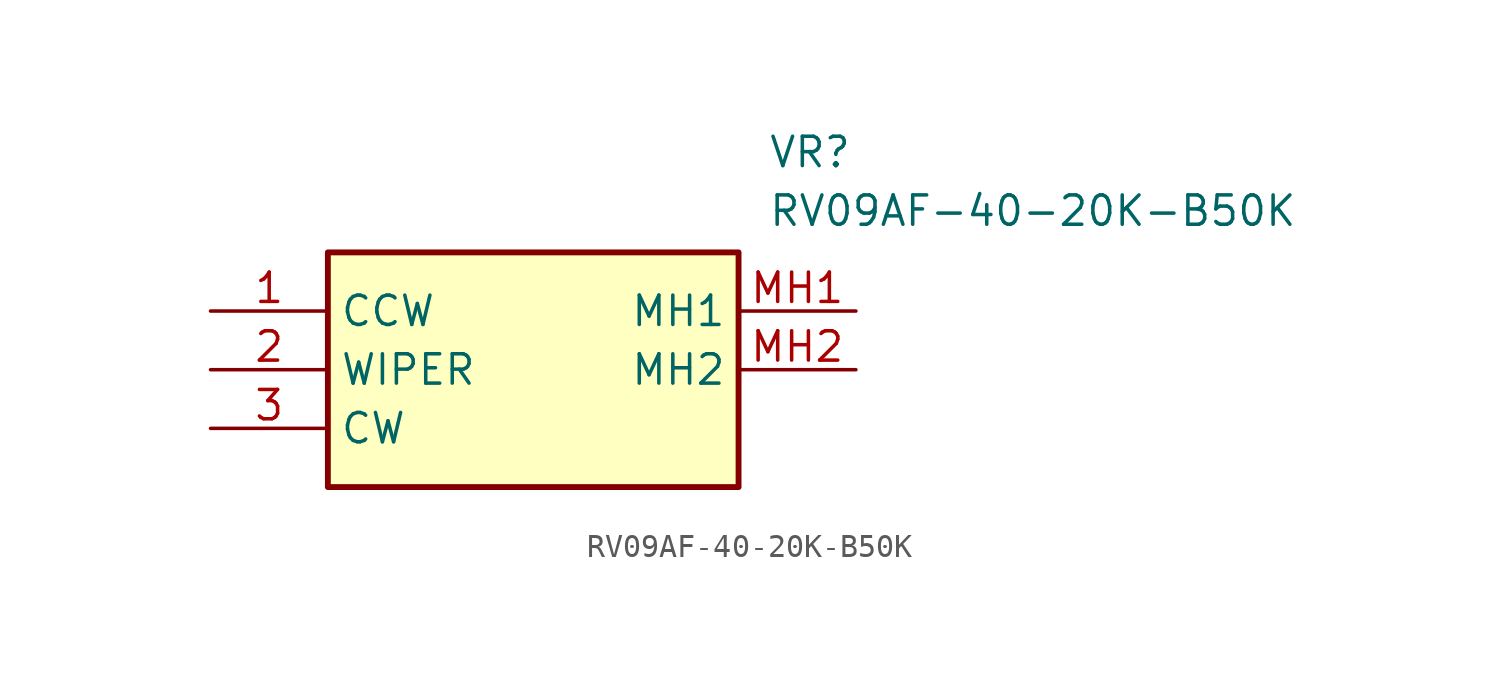
<source format=kicad_sym>
(kicad_symbol_lib
  (version 20211014)
  (generator SamacSys_ECAD_Model)
  (symbol "RV09AF-40-20K-B50K"
    (property "Reference" "VR"
      (at 24.13 7.62 0)
      (effects (font (size 1.27 1.27)) (justify left top)))
    (property "Value" "RV09AF-40-20K-B50K"
      (at 24.13 5.08 0)
      (effects (font (size 1.27 1.27)) (justify left top)))
    (rectangle
      (start 5.08 2.54)
      (end 22.86 -7.62)
      (stroke (width 0.254) (type default))
      (fill (type background)))
    (pin passive line
      (at 0 0 0)
      (length 5.08)
      (name "CCW" (effects (font (size 1.27 1.27))))
      (number "1" (effects (font (size 1.27 1.27)))))
    (pin passive line
      (at 0 -2.54 0)
      (length 5.08)
      (name "WIPER" (effects (font (size 1.27 1.27))))
      (number "2" (effects (font (size 1.27 1.27)))))
    (pin passive line
      (at 0 -5.08 0)
      (length 5.08)
      (name "CW" (effects (font (size 1.27 1.27))))
      (number "3" (effects (font (size 1.27 1.27)))))
    (pin passive line
      (at 27.94 0 180)
      (length 5.08)
      (name "MH1" (effects (font (size 1.27 1.27))))
      (number "MH1" (effects (font (size 1.27 1.27)))))
    (pin passive line
      (at 27.94 -2.54 180)
      (length 5.08)
      (name "MH2" (effects (font (size 1.27 1.27))))
      (number "MH2" (effects (font (size 1.27 1.27)))))))
</source>
